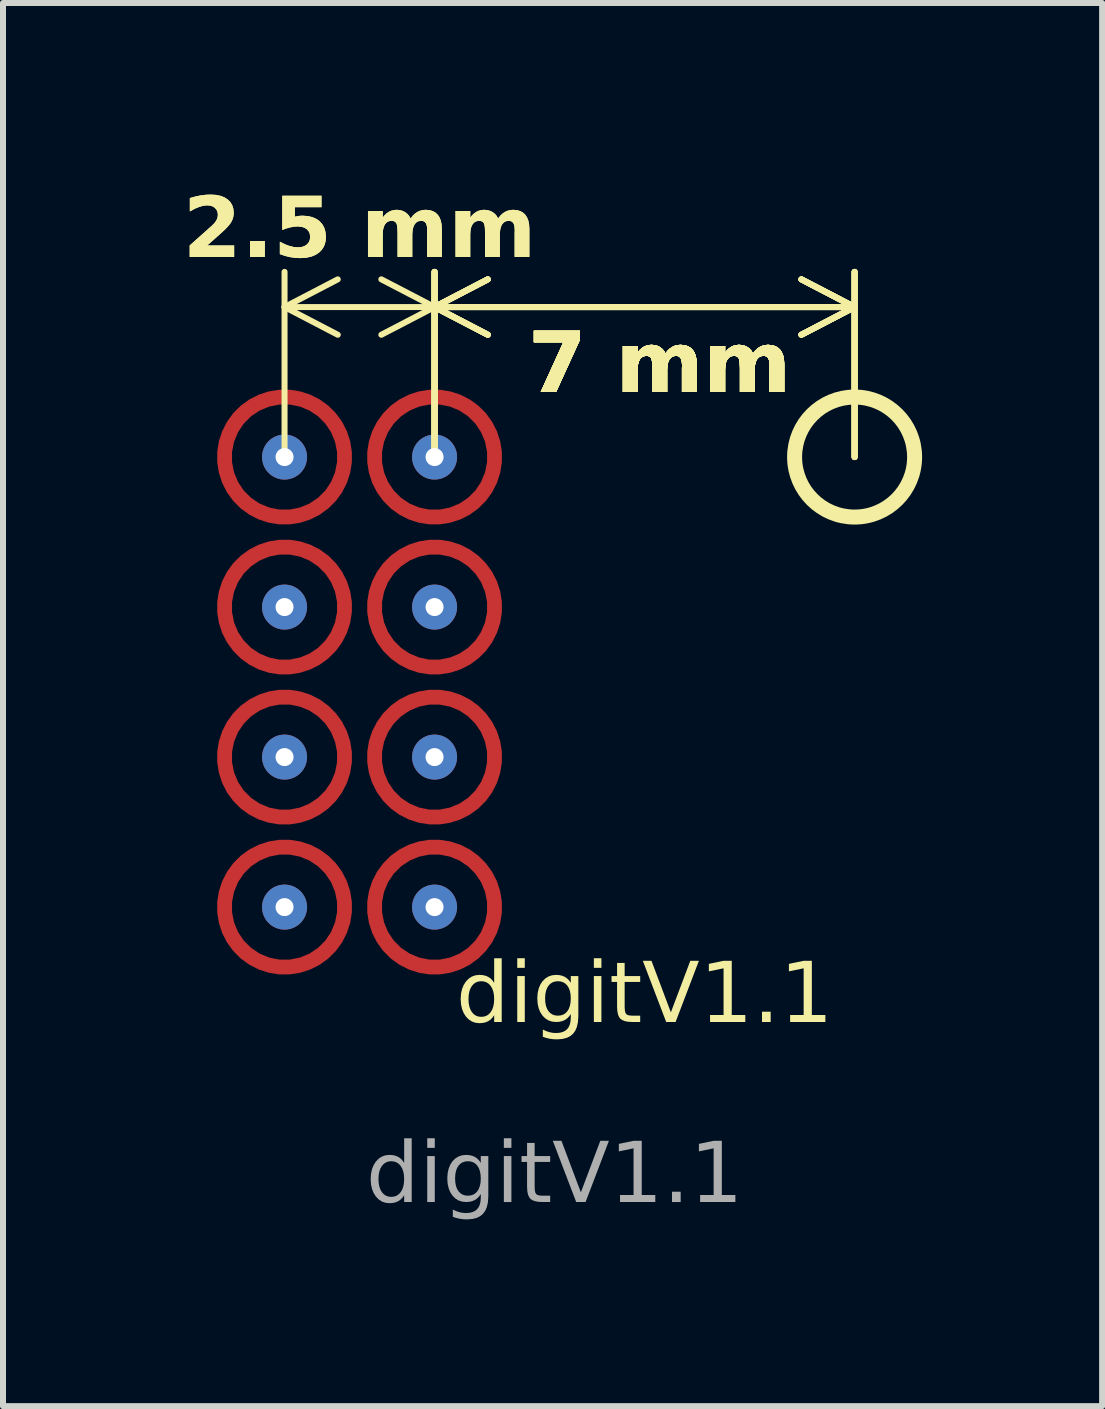
<source format=kicad_pcb>
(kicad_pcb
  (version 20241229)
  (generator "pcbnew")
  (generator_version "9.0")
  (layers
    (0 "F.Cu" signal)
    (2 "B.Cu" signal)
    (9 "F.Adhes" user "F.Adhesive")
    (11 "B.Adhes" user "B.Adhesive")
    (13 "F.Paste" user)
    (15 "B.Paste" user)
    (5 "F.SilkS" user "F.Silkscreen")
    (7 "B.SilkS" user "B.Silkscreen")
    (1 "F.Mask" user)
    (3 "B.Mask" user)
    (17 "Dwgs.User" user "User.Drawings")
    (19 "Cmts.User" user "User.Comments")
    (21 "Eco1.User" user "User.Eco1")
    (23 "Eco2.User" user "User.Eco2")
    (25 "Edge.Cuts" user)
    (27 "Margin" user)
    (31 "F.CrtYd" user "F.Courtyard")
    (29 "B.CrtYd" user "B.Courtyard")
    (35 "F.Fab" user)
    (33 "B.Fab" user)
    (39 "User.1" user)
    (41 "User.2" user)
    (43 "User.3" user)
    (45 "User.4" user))
  (footprint "digitV1.1"
    (layer "F.Cu")
    (at 1.692 12.067)
    (property "Reference" "digitV1.1" (at 6 1.5 0) (unlocked yes) (layer "F.SilkS") (effects (font (face "Comic Sans MS") (size 1 1) (thickness 0.1))))
    (attr smd)
    (fp_circle (center 9.5 -7.5) (end 10.5 -7.5) (stroke (width 0.25) (type solid)) (fill no) (layer "F.SilkS"))
    (fp_text user "${REFERENCE}" (at 4.5 4.5 0) (unlocked yes) (layer "F.Fab") (effects (font (face "Comic Sans MS") (size 1 1) (thickness 0.15))))
    (dimension (type aligned) (layer "F.SilkS") (pts (xy 1.692 5.067) (xy 4.192 5.067)) (height -3) (format (prefix "") (suffix "") (units 3) (units_format 1) (precision 3) (suppress_zeroes yes)) (style (thickness 0.1) (arrow_length 1) (text_position_mode 0) (arrow_direction outward) (extension_height 0.586) (extension_offset 0.5) (keep_text_aligned yes)) (gr_text "2.5 mm" (at 2.942 0.817 0) (layer "F.SilkS") (effects (font (face "Comic Sans MS") (size 1 1) (thickness 0.3) (bold yes)))))
    (dimension (type aligned) (layer "F.SilkS") (pts (xy 4.192 5.067) (xy 11.192 5.067)) (height -3) (format (prefix "") (suffix "") (units 3) (units_format 1) (precision 3) (suppress_zeroes yes)) (style (thickness 0.1) (arrow_length 1) (text_position_mode 2) (arrow_direction outward) (extension_height 0.586) (extension_offset 0.5) (keep_text_aligned yes)) (gr_text "7 mm" (at 7.942 3.067 0) (layer "F.SilkS") (effects (font (face "Comic Sans MS") (size 1 1) (thickness 0.3) (bold yes)))))
    (dimension (type aligned) (layer "F.SilkS") (pts (xy 4.192 5.067) (xy 11.192 5.067)) (height -3) (format (prefix "") (suffix "") (units 3) (units_format 1) (precision 3) (suppress_zeroes yes)) (style (thickness 0.1) (arrow_length 1) (text_position_mode 2) (arrow_direction outward) (extension_height 0.586) (extension_offset 0.5) (keep_text_aligned yes)) (gr_text "7 mm" (at 7.942 3.067 0) (layer "F.SilkS") (effects (font (face "Comic Sans MS") (size 1 1) (thickness 0.3) (bold yes)))))
    (dimension (type aligned) (layer "F.SilkS") (pts (xy 4.192 5.067) (xy 11.192 5.067)) (height -3) (format (prefix "") (suffix "") (units 3) (units_format 1) (precision 3) (suppress_zeroes yes)) (style (thickness 0.1) (arrow_length 1) (text_position_mode 2) (arrow_direction outward) (extension_height 0.586) (extension_offset 0.5) (keep_text_aligned yes)) (gr_text "7 mm" (at 7.942 3.067 0) (layer "F.SilkS") (effects (font (face "Comic Sans MS") (size 1 1) (thickness 0.3) (bold yes)))))
    (dimension (type aligned) (layer "F.SilkS") (pts (xy 4.192 5.067) (xy 11.192 5.067)) (height -3) (format (prefix "") (suffix "") (units 3) (units_format 1) (precision 3) (suppress_zeroes yes)) (style (thickness 0.1) (arrow_length 1) (text_position_mode 2) (arrow_direction outward) (extension_height 0.586) (extension_offset 0.5) (keep_text_aligned yes)) (gr_text "7 mm" (at 7.942 3.067 0) (layer "F.SilkS") (effects (font (face "Comic Sans MS") (size 1 1) (thickness 0.3) (bold yes)))))
    (pad "-1" smd custom (at -0.707 -8.207) (size 0.25 0.25) (layers "F.Cu" "F.Mask" "F.Paste") (options (anchor circle)) (primitives (gr_circle (center 0.707 0.707) (end 1.707 0.707) (width 0.25) (fill no))))
    (pad "-2" smd custom (at -0.707 -5.707) (size 0.25 0.25) (layers "F.Cu" "F.Mask" "F.Paste") (options (anchor circle)) (primitives (gr_circle (center 0.707 0.707) (end 1.707 0.707) (width 0.25) (fill no))))
    (pad "-3" smd custom (at -0.707 -3.207) (size 0.25 0.25) (layers "F.Cu" "F.Mask" "F.Paste") (options (anchor circle)) (primitives (gr_circle (center 0.707 0.707) (end 1.707 0.707) (width 0.25) (fill no))))
    (pad "-4" smd custom (at 3.207 -8.207) (size 0.25 0.25) (layers "F.Cu" "F.Mask" "F.Paste") (options (anchor circle)) (primitives (gr_circle (center -0.707 0.707) (end 0.293 0.707) (width 0.25) (fill no))))
    (pad "-5" smd custom (at 3.207 -5.707) (size 0.25 0.25) (layers "F.Cu" "F.Mask" "F.Paste") (options (anchor circle)) (primitives (gr_circle (center -0.707 0.707) (end 0.293 0.707) (width 0.25) (fill no))))
    (pad "-6" smd custom (at 3.207 -3.207) (size 0.25 0.25) (layers "F.Cu" "F.Mask" "F.Paste") (options (anchor circle)) (primitives (gr_circle (center -0.707 0.707) (end 0.293 0.707) (width 0.25) (fill no))))
    (pad "-7" smd custom (at -0.707 -0.707) (size 0.25 0.25) (layers "F.Cu" "F.Mask" "F.Paste") (options (anchor circle)) (primitives (gr_circle (center 0.707 0.707) (end 1.707 0.707) (width 0.25) (fill no))))
    (pad "-8" smd custom (at 3.207 -0.707) (size 0.25 0.25) (layers "F.Cu" "F.Mask" "F.Paste") (options (anchor circle)) (primitives (gr_circle (center -0.707 0.707) (end 0.293 0.707) (width 0.25) (fill no))))
    (pad "1" thru_hole circle (at 0 -7.5 270) (size 0.75 0.75) (drill 0.3) (layers "*.Cu" "*.Mask"))
    (pad "2" thru_hole circle (at 0 -5 270) (size 0.75 0.75) (drill 0.3) (layers "*.Cu" "*.Mask"))
    (pad "3" thru_hole circle (at 0 -2.5 270) (size 0.75 0.75) (drill 0.3) (layers "*.Cu" "*.Mask"))
    (pad "4" thru_hole circle (at 2.5 -7.5 90) (size 0.75 0.75) (drill 0.3) (layers "*.Cu" "*.Mask"))
    (pad "5" thru_hole circle (at 2.5 -5 90) (size 0.75 0.75) (drill 0.3) (layers "*.Cu" "*.Mask"))
    (pad "6" thru_hole circle (at 2.5 -2.5 90) (size 0.75 0.75) (drill 0.3) (layers "*.Cu" "*.Mask"))
    (pad "7" thru_hole circle (at 0 0 270) (size 0.75 0.75) (drill 0.3) (layers "*.Cu" "*.Mask"))
    (pad "8" thru_hole circle (at 2.5 0 90) (size 0.75 0.75) (drill 0.3) (layers "*.Cu" "*.Mask")))
  (gr_rect
    (start -3 -3)
    (end 15.317 20.383)
    (stroke (width 0.1) (type default))
    (fill no)
    (layer "Edge.Cuts")))
</source>
